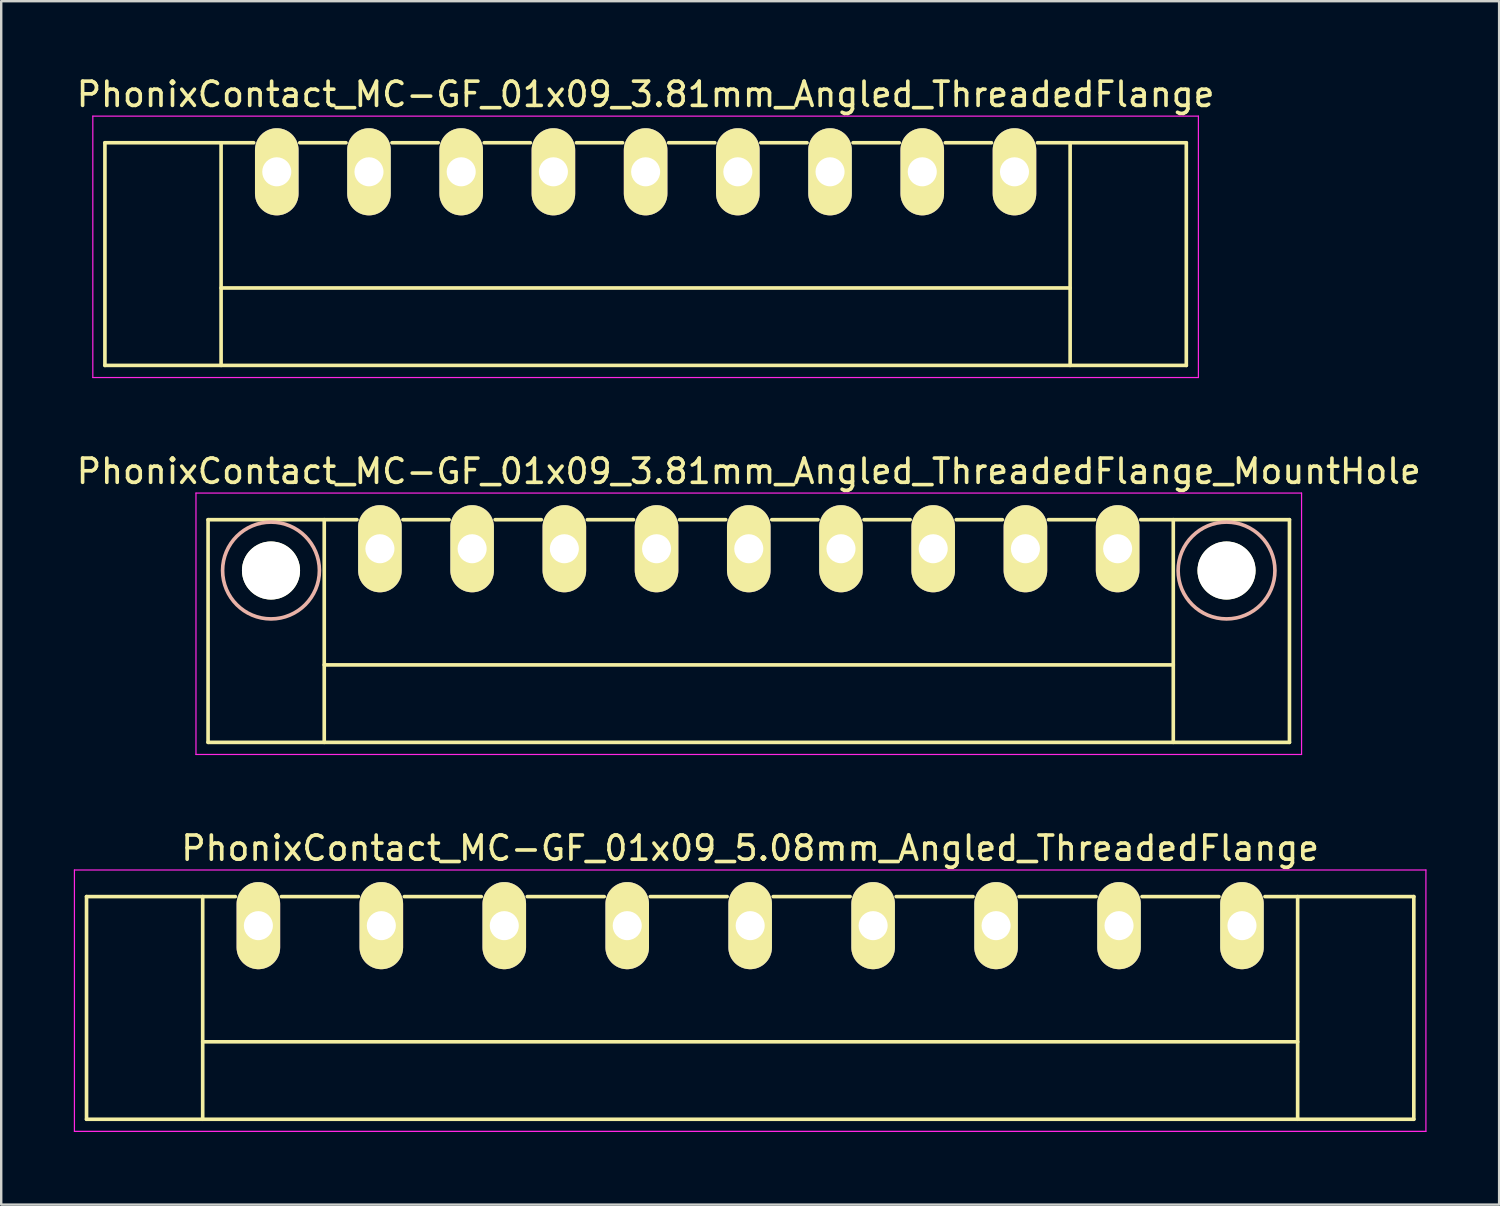
<source format=kicad_pcb>
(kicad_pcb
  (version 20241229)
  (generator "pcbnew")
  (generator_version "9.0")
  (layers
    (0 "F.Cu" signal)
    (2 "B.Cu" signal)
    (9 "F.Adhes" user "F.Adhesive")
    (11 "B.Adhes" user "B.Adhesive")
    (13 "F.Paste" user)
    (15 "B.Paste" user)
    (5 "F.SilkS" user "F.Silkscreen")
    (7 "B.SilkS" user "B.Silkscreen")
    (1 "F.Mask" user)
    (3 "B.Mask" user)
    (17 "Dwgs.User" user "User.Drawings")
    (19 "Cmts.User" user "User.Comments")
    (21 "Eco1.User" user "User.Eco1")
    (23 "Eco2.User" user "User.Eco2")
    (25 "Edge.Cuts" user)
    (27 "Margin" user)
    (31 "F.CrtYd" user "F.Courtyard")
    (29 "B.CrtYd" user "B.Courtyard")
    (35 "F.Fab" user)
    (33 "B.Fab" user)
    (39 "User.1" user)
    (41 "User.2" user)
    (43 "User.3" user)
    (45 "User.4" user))
  (footprint "PhonixContact_MC-GF_01x09_5.08mm_Angled_ThreadedFlange"
    (layer "F.Cu")
    (at 7.625 35.195)
    (property "Reference" "PhonixContact_MC-GF_01x09_5.08mm_Angled_ThreadedFlange" (at 20.32 -3.2 0) (layer "F.SilkS") (effects (font (size 1 1) (thickness 0.15))))
    (attr through_hole)
    (fp_line (start -7.1 -1.2) (end -7.1 8) (stroke (width 0.15) (type solid)) (layer "F.SilkS"))
    (fp_line (start -7.1 -1.2) (end -0.95 -1.2) (stroke (width 0.15) (type solid)) (layer "F.SilkS"))
    (fp_line (start -7.1 8) (end 47.74 8) (stroke (width 0.15) (type solid)) (layer "F.SilkS"))
    (fp_line (start -2.3 -1.2) (end -2.3 8) (stroke (width 0.15) (type solid)) (layer "F.SilkS"))
    (fp_line (start -2.3 4.8) (end 42.94 4.8) (stroke (width 0.15) (type solid)) (layer "F.SilkS"))
    (fp_line (start 0.95 -1.2) (end 4.13 -1.2) (stroke (width 0.15) (type solid)) (layer "F.SilkS"))
    (fp_line (start 6.03 -1.2) (end 9.21 -1.2) (stroke (width 0.15) (type solid)) (layer "F.SilkS"))
    (fp_line (start 11.11 -1.2) (end 14.29 -1.2) (stroke (width 0.15) (type solid)) (layer "F.SilkS"))
    (fp_line (start 16.19 -1.2) (end 19.37 -1.2) (stroke (width 0.15) (type solid)) (layer "F.SilkS"))
    (fp_line (start 21.27 -1.2) (end 24.45 -1.2) (stroke (width 0.15) (type solid)) (layer "F.SilkS"))
    (fp_line (start 26.35 -1.2) (end 29.53 -1.2) (stroke (width 0.15) (type solid)) (layer "F.SilkS"))
    (fp_line (start 31.43 -1.2) (end 34.61 -1.2) (stroke (width 0.15) (type solid)) (layer "F.SilkS"))
    (fp_line (start 36.51 -1.2) (end 39.69 -1.2) (stroke (width 0.15) (type solid)) (layer "F.SilkS"))
    (fp_line (start 42.94 -1.2) (end 42.94 8) (stroke (width 0.15) (type solid)) (layer "F.SilkS"))
    (fp_line (start 47.74 -1.2) (end 41.59 -1.2) (stroke (width 0.15) (type solid)) (layer "F.SilkS"))
    (fp_line (start 47.74 8) (end 47.74 -1.2) (stroke (width 0.15) (type solid)) (layer "F.SilkS"))
    (fp_line (start -7.6 -2.3) (end -7.6 8.5) (stroke (width 0.05) (type solid)) (layer "F.CrtYd"))
    (fp_line (start -7.6 8.5) (end 48.24 8.5) (stroke (width 0.05) (type solid)) (layer "F.CrtYd"))
    (fp_line (start 48.24 -2.3) (end -7.6 -2.3) (stroke (width 0.05) (type solid)) (layer "F.CrtYd"))
    (fp_line (start 48.24 8.5) (end 48.24 -2.3) (stroke (width 0.05) (type solid)) (layer "F.CrtYd"))
    (pad "1" thru_hole oval (at 0 0) (size 1.8 3.6) (drill 1.2) (layers "*.Cu" "*.Mask" "F.SilkS"))
    (pad "2" thru_hole oval (at 5.08 0) (size 1.8 3.6) (drill 1.2) (layers "*.Cu" "*.Mask" "F.SilkS"))
    (pad "3" thru_hole oval (at 10.16 0) (size 1.8 3.6) (drill 1.2) (layers "*.Cu" "*.Mask" "F.SilkS"))
    (pad "4" thru_hole oval (at 15.24 0) (size 1.8 3.6) (drill 1.2) (layers "*.Cu" "*.Mask" "F.SilkS"))
    (pad "5" thru_hole oval (at 20.32 0) (size 1.8 3.6) (drill 1.2) (layers "*.Cu" "*.Mask" "F.SilkS"))
    (pad "6" thru_hole oval (at 25.4 0) (size 1.8 3.6) (drill 1.2) (layers "*.Cu" "*.Mask" "F.SilkS"))
    (pad "7" thru_hole oval (at 30.48 0) (size 1.8 3.6) (drill 1.2) (layers "*.Cu" "*.Mask" "F.SilkS"))
    (pad "8" thru_hole oval (at 35.56 0) (size 1.8 3.6) (drill 1.2) (layers "*.Cu" "*.Mask" "F.SilkS"))
    (pad "9" thru_hole oval (at 40.64 0) (size 1.8 3.6) (drill 1.2) (layers "*.Cu" "*.Mask" "F.SilkS")))
  (footprint "PhonixContact_MC-GF_01x09_3.81mm_Angled_ThreadedFlange"
    (layer "F.Cu")
    (at 8.385 4.048)
    (property "Reference" "PhonixContact_MC-GF_01x09_3.81mm_Angled_ThreadedFlange" (at 15.24 -3.2 0) (layer "F.SilkS") (effects (font (size 1 1) (thickness 0.15))))
    (attr through_hole)
    (fp_line (start -7.1 -1.2) (end -7.1 8) (stroke (width 0.15) (type solid)) (layer "F.SilkS"))
    (fp_line (start -7.1 -1.2) (end -0.95 -1.2) (stroke (width 0.15) (type solid)) (layer "F.SilkS"))
    (fp_line (start -7.1 8) (end 37.58 8) (stroke (width 0.15) (type solid)) (layer "F.SilkS"))
    (fp_line (start -2.3 -1.2) (end -2.3 8) (stroke (width 0.15) (type solid)) (layer "F.SilkS"))
    (fp_line (start -2.3 4.8) (end 32.78 4.8) (stroke (width 0.15) (type solid)) (layer "F.SilkS"))
    (fp_line (start 0.95 -1.2) (end 2.86 -1.2) (stroke (width 0.15) (type solid)) (layer "F.SilkS"))
    (fp_line (start 4.76 -1.2) (end 6.67 -1.2) (stroke (width 0.15) (type solid)) (layer "F.SilkS"))
    (fp_line (start 8.57 -1.2) (end 10.48 -1.2) (stroke (width 0.15) (type solid)) (layer "F.SilkS"))
    (fp_line (start 12.38 -1.2) (end 14.29 -1.2) (stroke (width 0.15) (type solid)) (layer "F.SilkS"))
    (fp_line (start 16.19 -1.2) (end 18.1 -1.2) (stroke (width 0.15) (type solid)) (layer "F.SilkS"))
    (fp_line (start 20 -1.2) (end 21.91 -1.2) (stroke (width 0.15) (type solid)) (layer "F.SilkS"))
    (fp_line (start 23.81 -1.2) (end 25.72 -1.2) (stroke (width 0.15) (type solid)) (layer "F.SilkS"))
    (fp_line (start 27.62 -1.2) (end 29.53 -1.2) (stroke (width 0.15) (type solid)) (layer "F.SilkS"))
    (fp_line (start 32.78 -1.2) (end 32.78 8) (stroke (width 0.15) (type solid)) (layer "F.SilkS"))
    (fp_line (start 37.58 -1.2) (end 31.43 -1.2) (stroke (width 0.15) (type solid)) (layer "F.SilkS"))
    (fp_line (start 37.58 8) (end 37.58 -1.2) (stroke (width 0.15) (type solid)) (layer "F.SilkS"))
    (fp_line (start -7.6 -2.3) (end -7.6 8.5) (stroke (width 0.05) (type solid)) (layer "F.CrtYd"))
    (fp_line (start -7.6 8.5) (end 38.08 8.5) (stroke (width 0.05) (type solid)) (layer "F.CrtYd"))
    (fp_line (start 38.08 -2.3) (end -7.6 -2.3) (stroke (width 0.05) (type solid)) (layer "F.CrtYd"))
    (fp_line (start 38.08 8.5) (end 38.08 -2.3) (stroke (width 0.05) (type solid)) (layer "F.CrtYd"))
    (pad "1" thru_hole oval (at 0 0) (size 1.8 3.6) (drill 1.2) (layers "*.Cu" "*.Mask" "F.SilkS"))
    (pad "2" thru_hole oval (at 3.81 0) (size 1.8 3.6) (drill 1.2) (layers "*.Cu" "*.Mask" "F.SilkS"))
    (pad "3" thru_hole oval (at 7.62 0) (size 1.8 3.6) (drill 1.2) (layers "*.Cu" "*.Mask" "F.SilkS"))
    (pad "4" thru_hole oval (at 11.43 0) (size 1.8 3.6) (drill 1.2) (layers "*.Cu" "*.Mask" "F.SilkS"))
    (pad "5" thru_hole oval (at 15.24 0) (size 1.8 3.6) (drill 1.2) (layers "*.Cu" "*.Mask" "F.SilkS"))
    (pad "6" thru_hole oval (at 19.05 0) (size 1.8 3.6) (drill 1.2) (layers "*.Cu" "*.Mask" "F.SilkS"))
    (pad "7" thru_hole oval (at 22.86 0) (size 1.8 3.6) (drill 1.2) (layers "*.Cu" "*.Mask" "F.SilkS"))
    (pad "8" thru_hole oval (at 26.67 0) (size 1.8 3.6) (drill 1.2) (layers "*.Cu" "*.Mask" "F.SilkS"))
    (pad "9" thru_hole oval (at 30.48 0) (size 1.8 3.6) (drill 1.2) (layers "*.Cu" "*.Mask" "F.SilkS")))
  (footprint "PhonixContact_MC-GF_01x09_3.81mm_Angled_ThreadedFlange_MountHole"
    (layer "F.Cu")
    (at 12.647 19.622)
    (property "Reference" "PhonixContact_MC-GF_01x09_3.81mm_Angled_ThreadedFlange_MountHole" (at 15.24 -3.2 0) (layer "F.SilkS") (effects (font (size 1 1) (thickness 0.15))))
    (attr through_hole)
    (fp_line (start -7.1 -1.2) (end -7.1 8) (stroke (width 0.15) (type solid)) (layer "F.SilkS"))
    (fp_line (start -7.1 -1.2) (end -0.95 -1.2) (stroke (width 0.15) (type solid)) (layer "F.SilkS"))
    (fp_line (start -7.1 8) (end 37.58 8) (stroke (width 0.15) (type solid)) (layer "F.SilkS"))
    (fp_line (start -2.3 -1.2) (end -2.3 8) (stroke (width 0.15) (type solid)) (layer "F.SilkS"))
    (fp_line (start -2.3 4.8) (end 32.78 4.8) (stroke (width 0.15) (type solid)) (layer "F.SilkS"))
    (fp_line (start 0.95 -1.2) (end 2.86 -1.2) (stroke (width 0.15) (type solid)) (layer "F.SilkS"))
    (fp_line (start 4.76 -1.2) (end 6.67 -1.2) (stroke (width 0.15) (type solid)) (layer "F.SilkS"))
    (fp_line (start 8.57 -1.2) (end 10.48 -1.2) (stroke (width 0.15) (type solid)) (layer "F.SilkS"))
    (fp_line (start 12.38 -1.2) (end 14.29 -1.2) (stroke (width 0.15) (type solid)) (layer "F.SilkS"))
    (fp_line (start 16.19 -1.2) (end 18.1 -1.2) (stroke (width 0.15) (type solid)) (layer "F.SilkS"))
    (fp_line (start 20 -1.2) (end 21.91 -1.2) (stroke (width 0.15) (type solid)) (layer "F.SilkS"))
    (fp_line (start 23.81 -1.2) (end 25.72 -1.2) (stroke (width 0.15) (type solid)) (layer "F.SilkS"))
    (fp_line (start 27.62 -1.2) (end 29.53 -1.2) (stroke (width 0.15) (type solid)) (layer "F.SilkS"))
    (fp_line (start 32.78 -1.2) (end 32.78 8) (stroke (width 0.15) (type solid)) (layer "F.SilkS"))
    (fp_line (start 37.58 -1.2) (end 31.43 -1.2) (stroke (width 0.15) (type solid)) (layer "F.SilkS"))
    (fp_line (start 37.58 8) (end 37.58 -1.2) (stroke (width 0.15) (type solid)) (layer "F.SilkS"))
    (fp_circle (center -4.5 0.9) (end -2.5 0.9) (stroke (width 0.15) (type solid)) (fill no) (layer "B.SilkS"))
    (fp_circle (center 34.98 0.9) (end 36.98 0.9) (stroke (width 0.15) (type solid)) (fill no) (layer "B.SilkS"))
    (fp_line (start -7.6 -2.3) (end -7.6 8.5) (stroke (width 0.05) (type solid)) (layer "F.CrtYd"))
    (fp_line (start -7.6 8.5) (end 38.08 8.5) (stroke (width 0.05) (type solid)) (layer "F.CrtYd"))
    (fp_line (start 38.08 -2.3) (end -7.6 -2.3) (stroke (width 0.05) (type solid)) (layer "F.CrtYd"))
    (fp_line (start 38.08 8.5) (end 38.08 -2.3) (stroke (width 0.05) (type solid)) (layer "F.CrtYd"))
    (pad "" np_thru_hole circle (at -4.5 0.9) (size 2.4 2.4) (drill 2.4) (layers "*.Cu" "*.Mask" "F.SilkS"))
    (pad "" np_thru_hole circle (at 34.98 0.9) (size 2.4 2.4) (drill 2.4) (layers "*.Cu" "*.Mask" "F.SilkS"))
    (pad "1" thru_hole oval (at 0 0) (size 1.8 3.6) (drill 1.2) (layers "*.Cu" "*.Mask" "F.SilkS"))
    (pad "2" thru_hole oval (at 3.81 0) (size 1.8 3.6) (drill 1.2) (layers "*.Cu" "*.Mask" "F.SilkS"))
    (pad "3" thru_hole oval (at 7.62 0) (size 1.8 3.6) (drill 1.2) (layers "*.Cu" "*.Mask" "F.SilkS"))
    (pad "4" thru_hole oval (at 11.43 0) (size 1.8 3.6) (drill 1.2) (layers "*.Cu" "*.Mask" "F.SilkS"))
    (pad "5" thru_hole oval (at 15.24 0) (size 1.8 3.6) (drill 1.2) (layers "*.Cu" "*.Mask" "F.SilkS"))
    (pad "6" thru_hole oval (at 19.05 0) (size 1.8 3.6) (drill 1.2) (layers "*.Cu" "*.Mask" "F.SilkS"))
    (pad "7" thru_hole oval (at 22.86 0) (size 1.8 3.6) (drill 1.2) (layers "*.Cu" "*.Mask" "F.SilkS"))
    (pad "8" thru_hole oval (at 26.67 0) (size 1.8 3.6) (drill 1.2) (layers "*.Cu" "*.Mask" "F.SilkS"))
    (pad "9" thru_hole oval (at 30.48 0) (size 1.8 3.6) (drill 1.2) (layers "*.Cu" "*.Mask" "F.SilkS")))
  (gr_rect
    (start -3 -3)
    (end 58.89 46.72)
    (stroke (width 0.1) (type default))
    (fill no)
    (layer "Edge.Cuts")))
</source>
